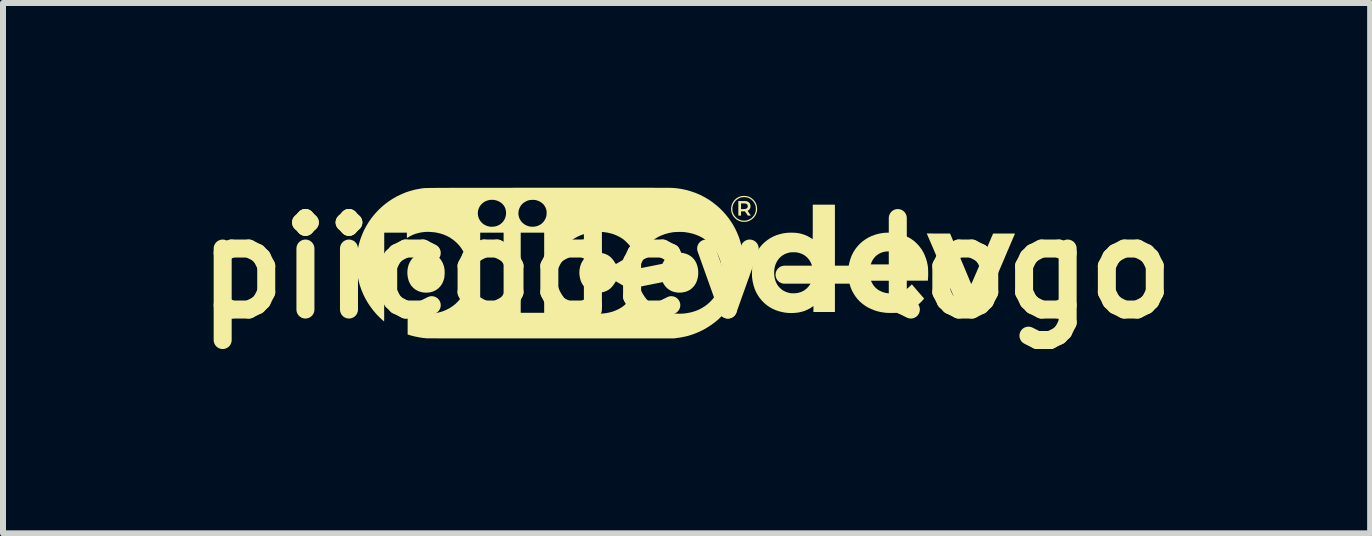
<source format=kicad_pcb>
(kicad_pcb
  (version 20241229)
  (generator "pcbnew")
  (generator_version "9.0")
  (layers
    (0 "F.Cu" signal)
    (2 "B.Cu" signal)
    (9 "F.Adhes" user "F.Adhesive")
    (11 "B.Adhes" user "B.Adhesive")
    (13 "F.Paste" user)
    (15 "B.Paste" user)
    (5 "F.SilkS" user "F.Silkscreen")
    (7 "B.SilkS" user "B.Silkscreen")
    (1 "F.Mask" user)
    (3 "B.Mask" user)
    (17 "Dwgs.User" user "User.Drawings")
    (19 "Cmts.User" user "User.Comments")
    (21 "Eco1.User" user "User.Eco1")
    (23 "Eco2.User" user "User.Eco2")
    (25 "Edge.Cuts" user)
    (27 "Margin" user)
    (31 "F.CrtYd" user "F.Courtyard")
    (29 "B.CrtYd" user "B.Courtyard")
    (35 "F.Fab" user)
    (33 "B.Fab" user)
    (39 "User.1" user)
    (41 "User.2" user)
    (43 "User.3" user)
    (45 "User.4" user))
  (footprint "piicodev-logo"
    (layer "F.Cu")
    (at 8.389 1.418)
    (property "Reference" "piicodev-logo" (at 0 0 0) (layer "F.SilkS") (effects (font (size 1.524 1.524) (thickness 0.3))))
    (attr board_only exclude_from_pos_files exclude_from_bom)
    (fp_poly (pts (xy -4.324 -0.255) (xy -4.282 -0.251) (xy -4.243 -0.243) (xy -4.207 -0.23) (xy -4.173 -0.213) (xy -4.143 -0.192) (xy -4.115 -0.166) (xy -4.091 -0.136) (xy -4.071 -0.103) (xy -4.065 -0.091) (xy -4.052 -0.061) (xy -4.042 -0.03) (xy -4.035 0.002) (xy -4.031 0.036) (xy -4.03 0.073) (xy -4.03 0.09) (xy -4.032 0.119) (xy -4.034 0.144) (xy -4.038 0.167) (xy -4.044 0.189) (xy -4.051 0.21) (xy -4.066 0.247) (xy -4.086 0.28) (xy -4.109 0.31) (xy -4.135 0.337) (xy -4.165 0.359) (xy -4.198 0.377) (xy -4.233 0.392) (xy -4.27 0.402) (xy -4.31 0.407) (xy -4.351 0.408) (xy -4.379 0.406) (xy -4.419 0.399) (xy -4.456 0.388) (xy -4.491 0.372) (xy -4.524 0.352) (xy -4.553 0.328) (xy -4.579 0.301) (xy -4.601 0.27) (xy -4.619 0.235) (xy -4.634 0.198) (xy -4.634 0.195) (xy -4.644 0.154) (xy -4.65 0.112) (xy -4.652 0.069) (xy -4.649 0.026) (xy -4.642 -0.015) (xy -4.641 -0.017) (xy -4.63 -0.057) (xy -4.614 -0.094) (xy -4.594 -0.128) (xy -4.571 -0.158) (xy -4.544 -0.185) (xy -4.514 -0.207) (xy -4.481 -0.226) (xy -4.472 -0.23) (xy -4.441 -0.242) (xy -4.409 -0.25) (xy -4.376 -0.254) (xy -4.339 -0.256)) (stroke (width 0) (type solid)) (fill yes) (layer "F.SilkS"))
    (fp_poly (pts (xy 0.931 -1.118) (xy 0.952 -1.118) (xy 0.968 -1.118) (xy 0.981 -1.117) (xy 0.99 -1.117) (xy 0.998 -1.116) (xy 1.004 -1.115) (xy 1.008 -1.113) (xy 1.013 -1.111) (xy 1.013 -1.111) (xy 1.032 -1.101) (xy 1.047 -1.088) (xy 1.058 -1.072) (xy 1.064 -1.052) (xy 1.065 -1.04) (xy 1.065 -1.018) (xy 1.06 -0.998) (xy 1.051 -0.982) (xy 1.038 -0.968) (xy 1.028 -0.962) (xy 1.022 -0.958) (xy 1.019 -0.955) (xy 1.019 -0.954) (xy 1.02 -0.952) (xy 1.024 -0.945) (xy 1.03 -0.936) (xy 1.038 -0.925) (xy 1.045 -0.914) (xy 1.071 -0.876) (xy 1.021 -0.876) (xy 0.997 -0.912) (xy 0.972 -0.947) (xy 0.908 -0.947) (xy 0.908 -0.876) (xy 0.863 -0.876) (xy 0.863 -1.079) (xy 0.908 -1.079) (xy 0.908 -0.984) (xy 0.938 -0.984) (xy 0.952 -0.985) (xy 0.965 -0.985) (xy 0.976 -0.986) (xy 0.982 -0.987) (xy 0.996 -0.992) (xy 1.007 -1.001) (xy 1.016 -1.012) (xy 1.02 -1.023) (xy 1.02 -1.039) (xy 1.016 -1.053) (xy 1.008 -1.065) (xy 0.996 -1.073) (xy 0.988 -1.076) (xy 0.981 -1.077) (xy 0.971 -1.078) (xy 0.958 -1.079) (xy 0.944 -1.079) (xy 0.943 -1.079) (xy 0.908 -1.079) (xy 0.863 -1.079) (xy 0.863 -1.119)) (stroke (width 0) (type solid)) (fill yes) (layer "F.SilkS"))
    (fp_poly (pts (xy -0.095 -0.255) (xy -0.074 -0.254) (xy -0.056 -0.252) (xy -0.044 -0.249) (xy -0.005 -0.238) (xy 0.031 -0.223) (xy 0.064 -0.203) (xy 0.094 -0.18) (xy 0.12 -0.153) (xy 0.142 -0.123) (xy 0.161 -0.089) (xy 0.175 -0.052) (xy 0.186 -0.013) (xy 0.193 0.029) (xy 0.195 0.074) (xy 0.195 0.095) (xy 0.191 0.138) (xy 0.182 0.18) (xy 0.17 0.218) (xy 0.154 0.254) (xy 0.134 0.286) (xy 0.11 0.315) (xy 0.083 0.341) (xy 0.053 0.363) (xy 0.019 0.38) (xy 0.000341 0.388) (xy -0.035 0.398) (xy -0.071 0.405) (xy -0.108 0.408) (xy -0.143 0.407) (xy -0.145 0.407) (xy -0.186 0.401) (xy -0.223 0.392) (xy -0.258 0.378) (xy -0.289 0.36) (xy -0.319 0.338) (xy -0.333 0.325) (xy -0.358 0.297) (xy -0.38 0.265) (xy -0.398 0.23) (xy -0.412 0.191) (xy -0.421 0.152) (xy -0.423 0.141) (xy -0.424 0.129) (xy -0.425 0.116) (xy -0.426 0.099) (xy -0.426 0.078) (xy -0.426 0.074) (xy -0.426 0.047) (xy -0.424 0.025) (xy -0.422 0.005) (xy -0.419 -0.014) (xy -0.414 -0.032) (xy -0.408 -0.052) (xy -0.406 -0.057) (xy -0.39 -0.095) (xy -0.371 -0.129) (xy -0.347 -0.159) (xy -0.32 -0.186) (xy -0.29 -0.208) (xy -0.256 -0.227) (xy -0.22 -0.241) (xy -0.18 -0.251) (xy -0.172 -0.252) (xy -0.156 -0.254) (xy -0.137 -0.255) (xy -0.116 -0.255)) (stroke (width 0) (type solid)) (fill yes) (layer "F.SilkS"))
    (fp_poly (pts (xy 4.197 -0.577) (xy 4.391 -0.577) (xy 4.567 -0.157) (xy 4.585 -0.112) (xy 4.604 -0.069) (xy 4.621 -0.027) (xy 4.638 0.013) (xy 4.654 0.052) (xy 4.669 0.087) (xy 4.683 0.121) (xy 4.696 0.151) (xy 4.707 0.178) (xy 4.717 0.202) (xy 4.726 0.223) (xy 4.733 0.239) (xy 4.738 0.252) (xy 4.742 0.26) (xy 4.744 0.264) (xy 4.744 0.264) (xy 4.745 0.262) (xy 4.748 0.255) (xy 4.753 0.244) (xy 4.76 0.229) (xy 4.769 0.21) (xy 4.779 0.187) (xy 4.79 0.161) (xy 4.803 0.132) (xy 4.817 0.099) (xy 4.832 0.065) (xy 4.848 0.027) (xy 4.865 -0.012) (xy 4.883 -0.053) (xy 4.902 -0.096) (xy 4.921 -0.141) (xy 4.927 -0.155) (xy 5.108 -0.577) (xy 5.291 -0.577) (xy 5.331 -0.577) (xy 5.366 -0.577) (xy 5.396 -0.577) (xy 5.421 -0.577) (xy 5.442 -0.577) (xy 5.457 -0.577) (xy 5.467 -0.576) (xy 5.472 -0.576) (xy 5.472 -0.575) (xy 5.471 -0.573) (xy 5.468 -0.565) (xy 5.463 -0.554) (xy 5.456 -0.538) (xy 5.448 -0.518) (xy 5.437 -0.494) (xy 5.426 -0.466) (xy 5.412 -0.435) (xy 5.398 -0.401) (xy 5.382 -0.364) (xy 5.365 -0.323) (xy 5.346 -0.281) (xy 5.327 -0.235) (xy 5.307 -0.188) (xy 5.286 -0.138) (xy 5.264 -0.087) (xy 5.241 -0.033) (xy 5.218 0.021) (xy 5.194 0.077) (xy 5.193 0.079) (xy 4.915 0.731) (xy 4.562 0.731) (xy 4.559 0.722) (xy 4.557 0.719) (xy 4.554 0.711) (xy 4.549 0.699) (xy 4.542 0.683) (xy 4.533 0.662) (xy 4.523 0.638) (xy 4.511 0.61) (xy 4.497 0.578) (xy 4.482 0.544) (xy 4.466 0.506) (xy 4.449 0.466) (xy 4.431 0.423) (xy 4.411 0.377) (xy 4.391 0.33) (xy 4.37 0.28) (xy 4.348 0.228) (xy 4.325 0.175) (xy 4.302 0.121) (xy 4.283 0.077) (xy 4.259 0.021) (xy 4.236 -0.033) (xy 4.213 -0.086) (xy 4.191 -0.137) (xy 4.17 -0.186) (xy 4.15 -0.233) (xy 4.131 -0.278) (xy 4.113 -0.321) (xy 4.096 -0.361) (xy 4.08 -0.398) (xy 4.065 -0.432) (xy 4.052 -0.463) (xy 4.04 -0.49) (xy 4.03 -0.514) (xy 4.022 -0.533) (xy 4.015 -0.549) (xy 4.01 -0.56) (xy 4.007 -0.567) (xy 4.006 -0.569) (xy 4.003 -0.578)) (stroke (width 0) (type solid)) (fill yes) (layer "F.SilkS"))
    (fp_poly (pts (xy 0.993 -1.202) (xy 1.025 -1.195) (xy 1.055 -1.183) (xy 1.083 -1.166) (xy 1.109 -1.144) (xy 1.111 -1.143) (xy 1.133 -1.117) (xy 1.151 -1.09) (xy 1.164 -1.061) (xy 1.172 -1.03) (xy 1.176 -0.999) (xy 1.176 -0.968) (xy 1.171 -0.937) (xy 1.161 -0.907) (xy 1.147 -0.878) (xy 1.128 -0.851) (xy 1.119 -0.841) (xy 1.095 -0.819) (xy 1.067 -0.8) (xy 1.038 -0.785) (xy 1.015 -0.777) (xy 1.004 -0.775) (xy 0.989 -0.773) (xy 0.973 -0.772) (xy 0.956 -0.772) (xy 0.941 -0.772) (xy 0.928 -0.772) (xy 0.923 -0.773) (xy 0.89 -0.782) (xy 0.859 -0.795) (xy 0.83 -0.813) (xy 0.805 -0.836) (xy 0.799 -0.841) (xy 0.779 -0.867) (xy 0.763 -0.895) (xy 0.751 -0.925) (xy 0.744 -0.956) (xy 0.742 -0.985) (xy 0.764 -0.985) (xy 0.765 -0.965) (xy 0.767 -0.947) (xy 0.77 -0.934) (xy 0.781 -0.906) (xy 0.794 -0.882) (xy 0.811 -0.86) (xy 0.821 -0.849) (xy 0.832 -0.839) (xy 0.841 -0.831) (xy 0.851 -0.824) (xy 0.862 -0.817) (xy 0.871 -0.813) (xy 0.884 -0.807) (xy 0.897 -0.802) (xy 0.909 -0.797) (xy 0.916 -0.796) (xy 0.933 -0.793) (xy 0.953 -0.792) (xy 0.974 -0.792) (xy 0.993 -0.794) (xy 1.001 -0.796) (xy 1.012 -0.799) (xy 1.026 -0.803) (xy 1.04 -0.809) (xy 1.047 -0.813) (xy 1.061 -0.82) (xy 1.071 -0.826) (xy 1.08 -0.833) (xy 1.09 -0.842) (xy 1.097 -0.849) (xy 1.116 -0.87) (xy 1.131 -0.892) (xy 1.142 -0.917) (xy 1.148 -0.934) (xy 1.152 -0.95) (xy 1.154 -0.968) (xy 1.155 -0.988) (xy 1.154 -1.008) (xy 1.152 -1.026) (xy 1.15 -1.038) (xy 1.138 -1.069) (xy 1.122 -1.097) (xy 1.102 -1.122) (xy 1.079 -1.143) (xy 1.052 -1.161) (xy 1.044 -1.165) (xy 1.025 -1.173) (xy 1.008 -1.178) (xy 0.99 -1.182) (xy 0.969 -1.183) (xy 0.959 -1.183) (xy 0.937 -1.182) (xy 0.918 -1.18) (xy 0.901 -1.176) (xy 0.883 -1.169) (xy 0.875 -1.165) (xy 0.847 -1.149) (xy 0.823 -1.129) (xy 0.802 -1.105) (xy 0.785 -1.078) (xy 0.772 -1.048) (xy 0.769 -1.038) (xy 0.766 -1.023) (xy 0.764 -1.005) (xy 0.764 -0.985) (xy 0.742 -0.985) (xy 0.742 -0.987) (xy 0.744 -1.018) (xy 0.751 -1.049) (xy 0.762 -1.079) (xy 0.778 -1.107) (xy 0.798 -1.133) (xy 0.805 -1.14) (xy 0.83 -1.163) (xy 0.858 -1.18) (xy 0.887 -1.193) (xy 0.919 -1.201) (xy 0.953 -1.204) (xy 0.959 -1.204)) (stroke (width 0) (type solid)) (fill yes) (layer "F.SilkS"))
    (fp_poly (pts (xy 2.472 0.731) (xy 2.114 0.731) (xy 2.114 0.63) (xy 2.104 0.638) (xy 2.087 0.65) (xy 2.067 0.663) (xy 2.046 0.676) (xy 2.023 0.687) (xy 2.015 0.691) (xy 1.968 0.712) (xy 1.917 0.727) (xy 1.864 0.739) (xy 1.808 0.745) (xy 1.75 0.748) (xy 1.703 0.747) (xy 1.643 0.741) (xy 1.585 0.73) (xy 1.529 0.715) (xy 1.476 0.696) (xy 1.425 0.672) (xy 1.377 0.645) (xy 1.333 0.613) (xy 1.291 0.578) (xy 1.253 0.539) (xy 1.218 0.496) (xy 1.187 0.45) (xy 1.16 0.402) (xy 1.137 0.35) (xy 1.119 0.295) (xy 1.105 0.237) (xy 1.102 0.223) (xy 1.098 0.2) (xy 1.095 0.178) (xy 1.092 0.157) (xy 1.091 0.135) (xy 1.09 0.111) (xy 1.09 0.085) (xy 1.09 0.063) (xy 1.46 0.063) (xy 1.46 0.096) (xy 1.464 0.141) (xy 1.473 0.184) (xy 1.486 0.224) (xy 1.503 0.26) (xy 1.524 0.294) (xy 1.549 0.323) (xy 1.578 0.35) (xy 1.61 0.373) (xy 1.645 0.391) (xy 1.682 0.405) (xy 1.723 0.415) (xy 1.728 0.416) (xy 1.745 0.418) (xy 1.765 0.418) (xy 1.787 0.419) (xy 1.809 0.418) (xy 1.83 0.416) (xy 1.849 0.414) (xy 1.858 0.412) (xy 1.896 0.401) (xy 1.932 0.387) (xy 1.964 0.368) (xy 1.993 0.346) (xy 2.011 0.33) (xy 2.037 0.3) (xy 2.06 0.267) (xy 2.077 0.231) (xy 2.091 0.192) (xy 2.1 0.15) (xy 2.105 0.105) (xy 2.106 0.077) (xy 2.105 0.044) (xy 2.102 0.014) (xy 2.097 -0.014) (xy 2.091 -0.038) (xy 2.077 -0.078) (xy 2.059 -0.114) (xy 2.037 -0.147) (xy 2.011 -0.176) (xy 1.982 -0.202) (xy 1.95 -0.224) (xy 1.914 -0.241) (xy 1.875 -0.254) (xy 1.85 -0.26) (xy 1.831 -0.263) (xy 1.807 -0.265) (xy 1.782 -0.265) (xy 1.757 -0.265) (xy 1.733 -0.263) (xy 1.713 -0.26) (xy 1.71 -0.259) (xy 1.67 -0.248) (xy 1.633 -0.232) (xy 1.6 -0.213) (xy 1.569 -0.189) (xy 1.542 -0.162) (xy 1.519 -0.132) (xy 1.499 -0.098) (xy 1.483 -0.062) (xy 1.471 -0.023) (xy 1.463 0.019) (xy 1.46 0.063) (xy 1.09 0.063) (xy 1.091 0.057) (xy 1.092 0.018) (xy 1.094 -0.018) (xy 1.098 -0.05) (xy 1.104 -0.082) (xy 1.111 -0.112) (xy 1.12 -0.144) (xy 1.124 -0.159) (xy 1.145 -0.214) (xy 1.169 -0.265) (xy 1.198 -0.313) (xy 1.23 -0.358) (xy 1.266 -0.399) (xy 1.306 -0.436) (xy 1.349 -0.47) (xy 1.396 -0.501) (xy 1.445 -0.527) (xy 1.497 -0.549) (xy 1.552 -0.566) (xy 1.609 -0.58) (xy 1.659 -0.587) (xy 1.677 -0.589) (xy 1.698 -0.59) (xy 1.721 -0.591) (xy 1.746 -0.591) (xy 1.77 -0.591) (xy 1.793 -0.59) (xy 1.813 -0.589) (xy 1.825 -0.588) (xy 1.876 -0.581) (xy 1.925 -0.569) (xy 1.973 -0.553) (xy 2.018 -0.533) (xy 2.059 -0.51) (xy 2.072 -0.502) (xy 2.083 -0.495) (xy 2.092 -0.489) (xy 2.098 -0.485) (xy 2.101 -0.483) (xy 2.101 -0.483) (xy 2.101 -0.486) (xy 2.102 -0.493) (xy 2.102 -0.505) (xy 2.102 -0.521) (xy 2.102 -0.542) (xy 2.102 -0.565) (xy 2.103 -0.593) (xy 2.103 -0.622) (xy 2.103 -0.655) (xy 2.103 -0.69) (xy 2.103 -0.727) (xy 2.103 -0.765) (xy 2.103 -1.058) (xy 2.472 -1.058)) (stroke (width 0) (type solid)) (fill yes) (layer "F.SilkS"))
    (fp_poly (pts (xy 3.395 -0.59) (xy 3.42 -0.589) (xy 3.443 -0.588) (xy 3.463 -0.587) (xy 3.479 -0.585) (xy 3.539 -0.572) (xy 3.597 -0.556) (xy 3.651 -0.535) (xy 3.702 -0.511) (xy 3.75 -0.482) (xy 3.795 -0.449) (xy 3.836 -0.411) (xy 3.874 -0.37) (xy 3.908 -0.325) (xy 3.917 -0.313) (xy 3.945 -0.266) (xy 3.969 -0.215) (xy 3.989 -0.162) (xy 4.006 -0.106) (xy 4.018 -0.048) (xy 4.019 -0.041) (xy 4.022 -0.02) (xy 4.024 0.005) (xy 4.025 0.033) (xy 4.026 0.062) (xy 4.026 0.092) (xy 4.026 0.122) (xy 4.025 0.15) (xy 4.024 0.162) (xy 4.021 0.208) (xy 3.547 0.208) (xy 3.498 0.208) (xy 3.45 0.208) (xy 3.403 0.209) (xy 3.359 0.209) (xy 3.317 0.209) (xy 3.277 0.209) (xy 3.24 0.209) (xy 3.206 0.209) (xy 3.175 0.209) (xy 3.148 0.209) (xy 3.125 0.21) (xy 3.106 0.21) (xy 3.091 0.21) (xy 3.08 0.21) (xy 3.075 0.21) (xy 3.074 0.21) (xy 3.075 0.215) (xy 3.079 0.223) (xy 3.084 0.234) (xy 3.091 0.246) (xy 3.098 0.259) (xy 3.105 0.271) (xy 3.112 0.282) (xy 3.118 0.291) (xy 3.119 0.292) (xy 3.144 0.321) (xy 3.173 0.347) (xy 3.205 0.369) (xy 3.241 0.387) (xy 3.279 0.402) (xy 3.321 0.413) (xy 3.364 0.419) (xy 3.409 0.422) (xy 3.456 0.421) (xy 3.47 0.419) (xy 3.508 0.414) (xy 3.543 0.407) (xy 3.576 0.396) (xy 3.608 0.382) (xy 3.616 0.379) (xy 3.64 0.366) (xy 3.662 0.351) (xy 3.685 0.334) (xy 3.709 0.313) (xy 3.723 0.3) (xy 3.754 0.27) (xy 3.847 0.378) (xy 3.865 0.399) (xy 3.882 0.418) (xy 3.898 0.437) (xy 3.913 0.454) (xy 3.925 0.468) (xy 3.936 0.48) (xy 3.944 0.489) (xy 3.949 0.495) (xy 3.95 0.496) (xy 3.958 0.507) (xy 3.939 0.53) (xy 3.925 0.545) (xy 3.909 0.562) (xy 3.893 0.578) (xy 3.876 0.593) (xy 3.862 0.606) (xy 3.854 0.613) (xy 3.819 0.637) (xy 3.781 0.66) (xy 3.741 0.68) (xy 3.701 0.698) (xy 3.688 0.703) (xy 3.657 0.713) (xy 3.622 0.723) (xy 3.584 0.731) (xy 3.546 0.738) (xy 3.508 0.743) (xy 3.499 0.744) (xy 3.484 0.745) (xy 3.465 0.746) (xy 3.443 0.746) (xy 3.419 0.746) (xy 3.394 0.746) (xy 3.37 0.746) (xy 3.347 0.745) (xy 3.327 0.744) (xy 3.31 0.743) (xy 3.308 0.742) (xy 3.245 0.733) (xy 3.186 0.72) (xy 3.128 0.702) (xy 3.074 0.68) (xy 3.022 0.655) (xy 2.974 0.625) (xy 2.929 0.592) (xy 2.887 0.556) (xy 2.849 0.516) (xy 2.815 0.472) (xy 2.785 0.426) (xy 2.758 0.377) (xy 2.736 0.325) (xy 2.719 0.27) (xy 2.707 0.222) (xy 2.704 0.205) (xy 2.701 0.187) (xy 2.699 0.169) (xy 2.697 0.153) (xy 2.697 0.152) (xy 2.695 0.136) (xy 2.695 0.117) (xy 2.695 0.095) (xy 2.695 0.071) (xy 2.695 0.047) (xy 2.696 0.024) (xy 2.697 0.002) (xy 2.699 -0.016) (xy 2.7 -0.031) (xy 2.7 -0.033) (xy 2.707 -0.063) (xy 3.069 -0.063) (xy 3.366 -0.063) (xy 3.412 -0.063) (xy 3.454 -0.063) (xy 3.49 -0.063) (xy 3.522 -0.063) (xy 3.55 -0.064) (xy 3.574 -0.064) (xy 3.595 -0.064) (xy 3.612 -0.064) (xy 3.626 -0.064) (xy 3.638 -0.065) (xy 3.646 -0.065) (xy 3.653 -0.065) (xy 3.658 -0.066) (xy 3.661 -0.066) (xy 3.662 -0.067) (xy 3.662 -0.067) (xy 3.661 -0.073) (xy 3.658 -0.082) (xy 3.654 -0.094) (xy 3.648 -0.107) (xy 3.642 -0.12) (xy 3.637 -0.129) (xy 3.617 -0.161) (xy 3.593 -0.19) (xy 3.566 -0.215) (xy 3.535 -0.236) (xy 3.501 -0.254) (xy 3.463 -0.267) (xy 3.423 -0.276) (xy 3.423 -0.276) (xy 3.407 -0.278) (xy 3.388 -0.279) (xy 3.367 -0.279) (xy 3.345 -0.279) (xy 3.325 -0.277) (xy 3.307 -0.275) (xy 3.295 -0.273) (xy 3.255 -0.262) (xy 3.218 -0.246) (xy 3.185 -0.226) (xy 3.155 -0.203) (xy 3.129 -0.175) (xy 3.106 -0.144) (xy 3.087 -0.109) (xy 3.074 -0.077) (xy 3.069 -0.063) (xy 2.707 -0.063) (xy 2.713 -0.093) (xy 2.729 -0.15) (xy 2.749 -0.204) (xy 2.773 -0.254) (xy 2.786 -0.276) (xy 2.817 -0.324) (xy 2.853 -0.369) (xy 2.892 -0.41) (xy 2.934 -0.447) (xy 2.98 -0.48) (xy 3.028 -0.509) (xy 3.08 -0.534) (xy 3.134 -0.555) (xy 3.191 -0.571) (xy 3.25 -0.583) (xy 3.282 -0.587) (xy 3.299 -0.589) (xy 3.32 -0.59) (xy 3.344 -0.591) (xy 3.37 -0.591)) (stroke (width 0) (type solid)) (fill yes) (layer "F.SilkS"))
    (fp_poly (pts (xy -1.251 -1.34) (xy -1.158 -1.34) (xy -1.069 -1.34) (xy -0.985 -1.34) (xy -0.906 -1.34) (xy -0.831 -1.34) (xy -0.762 -1.34) (xy -0.697 -1.34) (xy -0.636 -1.34) (xy -0.58 -1.34) (xy -0.529 -1.339) (xy -0.482 -1.339) (xy -0.44 -1.339) (xy -0.402 -1.339) (xy -0.369 -1.339) (xy -0.34 -1.339) (xy -0.315 -1.339) (xy -0.295 -1.339) (xy -0.279 -1.338) (xy -0.267 -1.338) (xy -0.259 -1.338) (xy -0.257 -1.338) (xy -0.237 -1.337) (xy -0.217 -1.336) (xy -0.197 -1.334) (xy -0.179 -1.333) (xy -0.165 -1.331) (xy -0.162 -1.331) (xy -0.082 -1.319) (xy -0.003 -1.302) (xy 0.074 -1.28) (xy 0.149 -1.254) (xy 0.222 -1.223) (xy 0.293 -1.187) (xy 0.362 -1.147) (xy 0.428 -1.102) (xy 0.491 -1.053) (xy 0.551 -1.001) (xy 0.608 -0.944) (xy 0.661 -0.884) (xy 0.711 -0.82) (xy 0.727 -0.797) (xy 0.771 -0.729) (xy 0.81 -0.659) (xy 0.844 -0.587) (xy 0.874 -0.513) (xy 0.898 -0.437) (xy 0.918 -0.36) (xy 0.933 -0.283) (xy 0.943 -0.204) (xy 0.948 -0.125) (xy 0.948 -0.045) (xy 0.943 0.035) (xy 0.933 0.115) (xy 0.918 0.194) (xy 0.91 0.226) (xy 0.892 0.289) (xy 0.872 0.35) (xy 0.848 0.409) (xy 0.821 0.469) (xy 0.818 0.475) (xy 0.779 0.547) (xy 0.736 0.615) (xy 0.689 0.68) (xy 0.639 0.742) (xy 0.585 0.801) (xy 0.527 0.856) (xy 0.466 0.906) (xy 0.401 0.953) (xy 0.334 0.996) (xy 0.264 1.035) (xy 0.191 1.069) (xy 0.116 1.099) (xy 0.039 1.124) (xy 0.025 1.128) (xy -0.02 1.139) (xy -0.068 1.149) (xy -0.119 1.158) (xy -0.164 1.164) (xy -0.207 1.17) (xy -2.256 1.17) (xy -2.36 1.17) (xy -2.463 1.17) (xy -2.564 1.17) (xy -2.664 1.17) (xy -2.763 1.17) (xy -2.859 1.17) (xy -2.954 1.17) (xy -3.046 1.17) (xy -3.137 1.17) (xy -3.225 1.17) (xy -3.311 1.17) (xy -3.395 1.17) (xy -3.475 1.17) (xy -3.553 1.17) (xy -3.628 1.17) (xy -3.7 1.17) (xy -3.769 1.17) (xy -3.835 1.17) (xy -3.897 1.17) (xy -3.955 1.17) (xy -4.01 1.17) (xy -4.061 1.17) (xy -4.108 1.17) (xy -4.151 1.17) (xy -4.19 1.169) (xy -4.225 1.169) (xy -4.255 1.169) (xy -4.28 1.169) (xy -4.301 1.169) (xy -4.317 1.169) (xy -4.327 1.169) (xy -4.333 1.169) (xy -4.334 1.169) (xy -4.397 1.162) (xy -4.461 1.152) (xy -4.524 1.139) (xy -4.586 1.124) (xy -4.612 1.116) (xy -4.647 1.105) (xy -4.647 0.659) (xy -4.639 0.664) (xy -4.593 0.691) (xy -4.544 0.714) (xy -4.493 0.732) (xy -4.439 0.746) (xy -4.394 0.754) (xy -4.36 0.757) (xy -4.322 0.758) (xy -4.282 0.758) (xy -4.242 0.756) (xy -4.203 0.752) (xy -4.165 0.746) (xy -4.155 0.744) (xy -3.438 0.744) (xy -3.048 0.744) (xy -2.763 0.744) (xy -2.372 0.744) (xy -2.372 0.074) (xy -2.179 0.074) (xy -2.177 0.134) (xy -2.17 0.192) (xy -2.159 0.249) (xy -2.142 0.304) (xy -2.122 0.358) (xy -2.097 0.409) (xy -2.067 0.457) (xy -2.034 0.503) (xy -1.996 0.546) (xy -1.954 0.586) (xy -1.945 0.594) (xy -1.9 0.629) (xy -1.851 0.659) (xy -1.8 0.686) (xy -1.746 0.709) (xy -1.69 0.728) (xy -1.632 0.742) (xy -1.572 0.752) (xy -1.512 0.758) (xy -1.451 0.759) (xy -1.412 0.757) (xy -1.35 0.751) (xy -1.291 0.74) (xy -1.235 0.725) (xy -1.182 0.705) (xy -1.132 0.682) (xy -1.085 0.655) (xy -1.041 0.623) (xy -1.001 0.587) (xy -0.964 0.548) (xy -0.95 0.529) (xy -0.94 0.516) (xy -0.929 0.501) (xy -0.919 0.485) (xy -0.909 0.468) (xy -0.899 0.452) (xy -0.891 0.437) (xy -0.884 0.423) (xy -0.879 0.412) (xy -0.876 0.403) (xy -0.875 0.398) (xy -0.876 0.398) (xy -0.878 0.396) (xy -0.885 0.392) (xy -0.896 0.385) (xy -0.91 0.377) (xy -0.927 0.367) (xy -0.947 0.355) (xy -0.969 0.342) (xy -0.993 0.328) (xy -1.018 0.313) (xy -1.028 0.307) (xy -1.178 0.219) (xy -1.183 0.228) (xy -1.204 0.26) (xy -1.223 0.287) (xy -1.242 0.31) (xy -1.261 0.33) (xy -1.281 0.347) (xy -1.299 0.36) (xy -1.333 0.379) (xy -1.369 0.393) (xy -1.407 0.403) (xy -1.447 0.408) (xy -1.488 0.408) (xy -1.53 0.403) (xy -1.534 0.402) (xy -1.574 0.392) (xy -1.61 0.378) (xy -1.644 0.36) (xy -1.675 0.337) (xy -1.703 0.311) (xy -1.726 0.281) (xy -1.73 0.275) (xy -1.75 0.241) (xy -1.765 0.203) (xy -1.776 0.163) (xy -1.783 0.122) (xy -1.786 0.079) (xy -1.785 0.054) (xy -0.82 0.054) (xy -0.82 0.108) (xy -0.817 0.158) (xy -0.81 0.205) (xy -0.8 0.252) (xy -0.793 0.279) (xy -0.774 0.335) (xy -0.751 0.388) (xy -0.723 0.439) (xy -0.691 0.486) (xy -0.656 0.53) (xy -0.617 0.571) (xy -0.574 0.608) (xy -0.528 0.641) (xy -0.479 0.671) (xy -0.426 0.696) (xy -0.371 0.718) (xy -0.313 0.735) (xy -0.253 0.748) (xy -0.224 0.752) (xy -0.19 0.756) (xy -0.152 0.758) (xy -0.112 0.759) (xy -0.074 0.758) (xy -0.038 0.755) (xy -0.03 0.755) (xy 0.031 0.745) (xy 0.091 0.732) (xy 0.148 0.714) (xy 0.203 0.692) (xy 0.255 0.665) (xy 0.303 0.635) (xy 0.349 0.601) (xy 0.391 0.563) (xy 0.43 0.522) (xy 0.465 0.477) (xy 0.496 0.429) (xy 0.519 0.387) (xy 0.541 0.337) (xy 0.558 0.287) (xy 0.572 0.235) (xy 0.581 0.182) (xy 0.586 0.127) (xy 0.588 0.097) (xy 0.587 0.036) (xy 0.582 -0.023) (xy 0.573 -0.079) (xy 0.559 -0.134) (xy 0.54 -0.187) (xy 0.516 -0.239) (xy 0.514 -0.243) (xy 0.492 -0.283) (xy 0.468 -0.32) (xy 0.441 -0.355) (xy 0.41 -0.39) (xy 0.403 -0.398) (xy 0.36 -0.438) (xy 0.314 -0.474) (xy 0.265 -0.506) (xy 0.214 -0.533) (xy 0.159 -0.556) (xy 0.101 -0.575) (xy 0.041 -0.589) (xy -0.021 -0.599) (xy -0.032 -0.601) (xy -0.056 -0.602) (xy -0.083 -0.604) (xy -0.113 -0.604) (xy -0.143 -0.603) (xy -0.172 -0.602) (xy -0.2 -0.601) (xy -0.224 -0.598) (xy -0.234 -0.597) (xy -0.297 -0.585) (xy -0.356 -0.569) (xy -0.413 -0.548) (xy -0.466 -0.524) (xy -0.516 -0.495) (xy -0.563 -0.462) (xy -0.608 -0.425) (xy -0.629 -0.405) (xy -0.66 -0.373) (xy -0.686 -0.34) (xy -0.71 -0.306) (xy -0.732 -0.269) (xy -0.751 -0.234) (xy -0.772 -0.186) (xy -0.79 -0.138) (xy -0.803 -0.09) (xy -0.812 -0.039) (xy -0.818 0.013) (xy -0.82 0.054) (xy -1.785 0.054) (xy -1.784 0.036) (xy -1.777 -0.007) (xy -1.777 -0.009) (xy -1.766 -0.049) (xy -1.751 -0.086) (xy -1.732 -0.12) (xy -1.709 -0.151) (xy -1.691 -0.171) (xy -1.661 -0.196) (xy -1.628 -0.217) (xy -1.594 -0.234) (xy -1.556 -0.246) (xy -1.516 -0.253) (xy -1.474 -0.256) (xy -1.45 -0.255) (xy -1.411 -0.252) (xy -1.376 -0.244) (xy -1.342 -0.232) (xy -1.31 -0.216) (xy -1.279 -0.195) (xy -1.272 -0.189) (xy -1.252 -0.17) (xy -1.231 -0.147) (xy -1.21 -0.118) (xy -1.2 -0.102) (xy -1.192 -0.09) (xy -1.186 -0.081) (xy -1.18 -0.074) (xy -1.177 -0.07) (xy -1.176 -0.07) (xy -1.172 -0.071) (xy -1.165 -0.076) (xy -1.154 -0.082) (xy -1.14 -0.09) (xy -1.123 -0.1) (xy -1.104 -0.111) (xy -1.084 -0.123) (xy -1.062 -0.136) (xy -1.04 -0.149) (xy -1.017 -0.162) (xy -0.994 -0.176) (xy -0.972 -0.189) (xy -0.952 -0.201) (xy -0.932 -0.213) (xy -0.915 -0.223) (xy -0.9 -0.232) (xy -0.888 -0.239) (xy -0.879 -0.244) (xy -0.875 -0.247) (xy -0.874 -0.248) (xy -0.875 -0.251) (xy -0.878 -0.258) (xy -0.882 -0.268) (xy -0.888 -0.28) (xy -0.895 -0.293) (xy -0.903 -0.307) (xy -0.91 -0.319) (xy -0.917 -0.331) (xy -0.918 -0.334) (xy -0.925 -0.345) (xy -0.934 -0.358) (xy -0.943 -0.37) (xy -0.944 -0.372) (xy -0.954 -0.384) (xy -0.967 -0.399) (xy -0.982 -0.414) (xy -0.998 -0.431) (xy -1.015 -0.447) (xy -1.031 -0.462) (xy -1.046 -0.475) (xy -1.059 -0.485) (xy -1.06 -0.486) (xy -1.106 -0.515) (xy -1.154 -0.54) (xy -1.204 -0.561) (xy -1.257 -0.578) (xy -1.313 -0.591) (xy -1.372 -0.6) (xy -1.391 -0.602) (xy -1.413 -0.603) (xy -1.438 -0.604) (xy -1.466 -0.604) (xy -1.495 -0.603) (xy -1.523 -0.602) (xy -1.55 -0.6) (xy -1.573 -0.598) (xy -1.585 -0.596) (xy -1.647 -0.585) (xy -1.707 -0.568) (xy -1.765 -0.548) (xy -1.819 -0.523) (xy -1.871 -0.494) (xy -1.919 -0.461) (xy -1.964 -0.424) (xy -1.977 -0.412) (xy -2.017 -0.37) (xy -2.053 -0.325) (xy -2.084 -0.277) (xy -2.112 -0.227) (xy -2.135 -0.174) (xy -2.153 -0.119) (xy -2.166 -0.062) (xy -2.169 -0.047) (xy -2.176 0.014) (xy -2.179 0.074) (xy -2.372 0.074) (xy -2.372 -0.591) (xy -2.763 -0.591) (xy -2.763 0.744) (xy -3.048 0.744) (xy -3.048 -0.591) (xy -3.438 -0.591) (xy -3.438 0.744) (xy -4.155 0.744) (xy -4.154 0.744) (xy -4.097 0.73) (xy -4.041 0.711) (xy -3.989 0.688) (xy -3.939 0.661) (xy -3.893 0.63) (xy -3.849 0.595) (xy -3.81 0.556) (xy -3.773 0.514) (xy -3.741 0.468) (xy -3.713 0.419) (xy -3.697 0.386) (xy -3.676 0.335) (xy -3.66 0.284) (xy -3.648 0.232) (xy -3.639 0.179) (xy -3.635 0.123) (xy -3.634 0.063) (xy -3.634 0.053) (xy -3.637 0.004) (xy -3.641 -0.041) (xy -3.649 -0.085) (xy -3.659 -0.127) (xy -3.672 -0.17) (xy -3.672 -0.17) (xy -3.693 -0.225) (xy -3.718 -0.276) (xy -3.748 -0.325) (xy -3.781 -0.37) (xy -3.818 -0.411) (xy -3.859 -0.449) (xy -3.903 -0.483) (xy -3.95 -0.514) (xy -4 -0.54) (xy -4.053 -0.562) (xy -4.108 -0.579) (xy -4.166 -0.592) (xy -4.174 -0.594) (xy -4.216 -0.599) (xy -4.261 -0.603) (xy -4.306 -0.605) (xy -4.349 -0.604) (xy -4.379 -0.601) (xy -4.427 -0.595) (xy -4.474 -0.584) (xy -4.52 -0.571) (xy -4.564 -0.554) (xy -4.605 -0.534) (xy -4.635 -0.516) (xy -4.645 -0.51) (xy -4.652 -0.505) (xy -4.657 -0.502) (xy -4.659 -0.501) (xy -4.659 -0.504) (xy -4.659 -0.511) (xy -4.66 -0.521) (xy -4.66 -0.534) (xy -4.66 -0.546) (xy -4.66 -0.591) (xy -5.037 -0.591) (xy -5.037 0.148) (xy -5.037 0.21) (xy -5.037 0.271) (xy -5.037 0.33) (xy -5.037 0.387) (xy -5.037 0.442) (xy -5.037 0.495) (xy -5.038 0.546) (xy -5.038 0.594) (xy -5.038 0.639) (xy -5.038 0.681) (xy -5.038 0.72) (xy -5.038 0.755) (xy -5.038 0.786) (xy -5.038 0.814) (xy -5.038 0.838) (xy -5.038 0.857) (xy -5.039 0.871) (xy -5.039 0.881) (xy -5.039 0.886) (xy -5.039 0.887) (xy -5.042 0.885) (xy -5.049 0.88) (xy -5.058 0.872) (xy -5.07 0.862) (xy -5.083 0.85) (xy -5.097 0.837) (xy -5.112 0.823) (xy -5.126 0.808) (xy -5.141 0.794) (xy -5.154 0.781) (xy -5.165 0.769) (xy -5.218 0.707) (xy -5.267 0.642) (xy -5.312 0.575) (xy -5.352 0.505) (xy -5.387 0.434) (xy -5.418 0.36) (xy -5.444 0.284) (xy -5.465 0.207) (xy -5.481 0.129) (xy -5.492 0.049) (xy -5.498 -0.031) (xy -5.499 -0.082) (xy -5.496 -0.164) (xy -5.489 -0.245) (xy -5.476 -0.325) (xy -5.458 -0.403) (xy -5.435 -0.48) (xy -5.407 -0.555) (xy -5.375 -0.629) (xy -5.337 -0.7) (xy -5.295 -0.77) (xy -5.248 -0.837) (xy -5.247 -0.838) (xy -5.197 -0.9) (xy -5.186 -0.912) (xy -3.478 -0.912) (xy -3.475 -0.881) (xy -3.468 -0.851) (xy -3.457 -0.821) (xy -3.441 -0.793) (xy -3.421 -0.767) (xy -3.412 -0.757) (xy -3.386 -0.735) (xy -3.356 -0.717) (xy -3.324 -0.703) (xy -3.288 -0.694) (xy -3.267 -0.69) (xy -3.255 -0.69) (xy -3.239 -0.69) (xy -3.222 -0.691) (xy -3.205 -0.693) (xy -3.189 -0.695) (xy -3.182 -0.697) (xy -3.161 -0.703) (xy -3.139 -0.712) (xy -3.118 -0.723) (xy -3.099 -0.735) (xy -3.096 -0.737) (xy -3.072 -0.759) (xy -3.051 -0.783) (xy -3.034 -0.81) (xy -3.021 -0.839) (xy -3.013 -0.869) (xy -3.008 -0.898) (xy -2.801 -0.898) (xy -2.796 -0.866) (xy -2.787 -0.836) (xy -2.773 -0.807) (xy -2.755 -0.78) (xy -2.733 -0.756) (xy -2.708 -0.735) (xy -2.679 -0.717) (xy -2.67 -0.713) (xy -2.637 -0.7) (xy -2.602 -0.692) (xy -2.567 -0.69) (xy -2.531 -0.692) (xy -2.507 -0.697) (xy -2.475 -0.707) (xy -2.446 -0.72) (xy -2.419 -0.738) (xy -2.402 -0.753) (xy -2.378 -0.779) (xy -2.36 -0.807) (xy -2.345 -0.838) (xy -2.338 -0.862) (xy -2.334 -0.88) (xy -2.332 -0.902) (xy -2.331 -0.925) (xy -2.332 -0.947) (xy -2.335 -0.967) (xy -2.337 -0.977) (xy -2.349 -1.009) (xy -2.365 -1.038) (xy -2.385 -1.064) (xy -2.409 -1.086) (xy -2.437 -1.105) (xy -2.468 -1.12) (xy -2.5 -1.131) (xy -2.513 -1.134) (xy -2.524 -1.136) (xy -2.535 -1.137) (xy -2.549 -1.138) (xy -2.563 -1.138) (xy -2.589 -1.137) (xy -2.612 -1.135) (xy -2.633 -1.13) (xy -2.654 -1.123) (xy -2.677 -1.112) (xy -2.707 -1.095) (xy -2.733 -1.074) (xy -2.755 -1.05) (xy -2.773 -1.022) (xy -2.787 -0.992) (xy -2.797 -0.959) (xy -2.801 -0.93) (xy -2.801 -0.898) (xy -3.008 -0.898) (xy -3.008 -0.899) (xy -3.007 -0.93) (xy -3.011 -0.961) (xy -3.018 -0.991) (xy -3.03 -1.019) (xy -3.046 -1.045) (xy -3.065 -1.067) (xy -3.09 -1.09) (xy -3.119 -1.108) (xy -3.149 -1.122) (xy -3.181 -1.132) (xy -3.215 -1.138) (xy -3.249 -1.139) (xy -3.282 -1.136) (xy -3.315 -1.128) (xy -3.347 -1.116) (xy -3.377 -1.1) (xy -3.403 -1.079) (xy -3.426 -1.056) (xy -3.445 -1.03) (xy -3.459 -1.003) (xy -3.47 -0.973) (xy -3.476 -0.943) (xy -3.478 -0.912) (xy -5.186 -0.912) (xy -5.143 -0.959) (xy -5.086 -1.014) (xy -5.025 -1.066) (xy -4.962 -1.113) (xy -4.895 -1.157) (xy -4.826 -1.196) (xy -4.755 -1.23) (xy -4.682 -1.261) (xy -4.607 -1.286) (xy -4.53 -1.307) (xy -4.452 -1.322) (xy -4.429 -1.326) (xy -4.423 -1.327) (xy -4.419 -1.327) (xy -4.414 -1.328) (xy -4.41 -1.329) (xy -4.406 -1.329) (xy -4.402 -1.33) (xy -4.397 -1.331) (xy -4.393 -1.331) (xy -4.388 -1.332) (xy -4.383 -1.332) (xy -4.377 -1.333) (xy -4.371 -1.333) (xy -4.363 -1.334) (xy -4.355 -1.334) (xy -4.346 -1.335) (xy -4.336 -1.335) (xy -4.324 -1.335) (xy -4.312 -1.336) (xy -4.297 -1.336) (xy -4.281 -1.336) (xy -4.264 -1.337) (xy -4.244 -1.337) (xy -4.223 -1.337) (xy -4.199 -1.337) (xy -4.174 -1.337) (xy -4.146 -1.338) (xy -4.116 -1.338) (xy -4.083 -1.338) (xy -4.048 -1.338) (xy -4.01 -1.338) (xy -3.969 -1.338) (xy -3.925 -1.339) (xy -3.879 -1.339) (xy -3.829 -1.339) (xy -3.775 -1.339) (xy -3.719 -1.339) (xy -3.658 -1.339) (xy -3.595 -1.339) (xy -3.527 -1.339) (xy -3.456 -1.339) (xy -3.38 -1.339) (xy -3.301 -1.339) (xy -3.217 -1.339) (xy -3.129 -1.339) (xy -3.036 -1.339) (xy -2.94 -1.339) (xy -2.838 -1.34) (xy -2.731 -1.34) (xy -2.62 -1.34) (xy -2.504 -1.34) (xy -2.383 -1.34) (xy -2.321 -1.34) (xy -2.181 -1.34) (xy -2.047 -1.34) (xy -1.918 -1.34) (xy -1.794 -1.34) (xy -1.676 -1.34) (xy -1.562 -1.34) (xy -1.454 -1.34) (xy -1.35 -1.34)) (stroke (width 0) (type solid)) (fill yes) (layer "F.SilkS")))
  (gr_rect
    (start -3 -3)
    (end 19.779 5.836)
    (stroke (width 0.1) (type default))
    (fill no)
    (layer "Edge.Cuts")))
</source>
